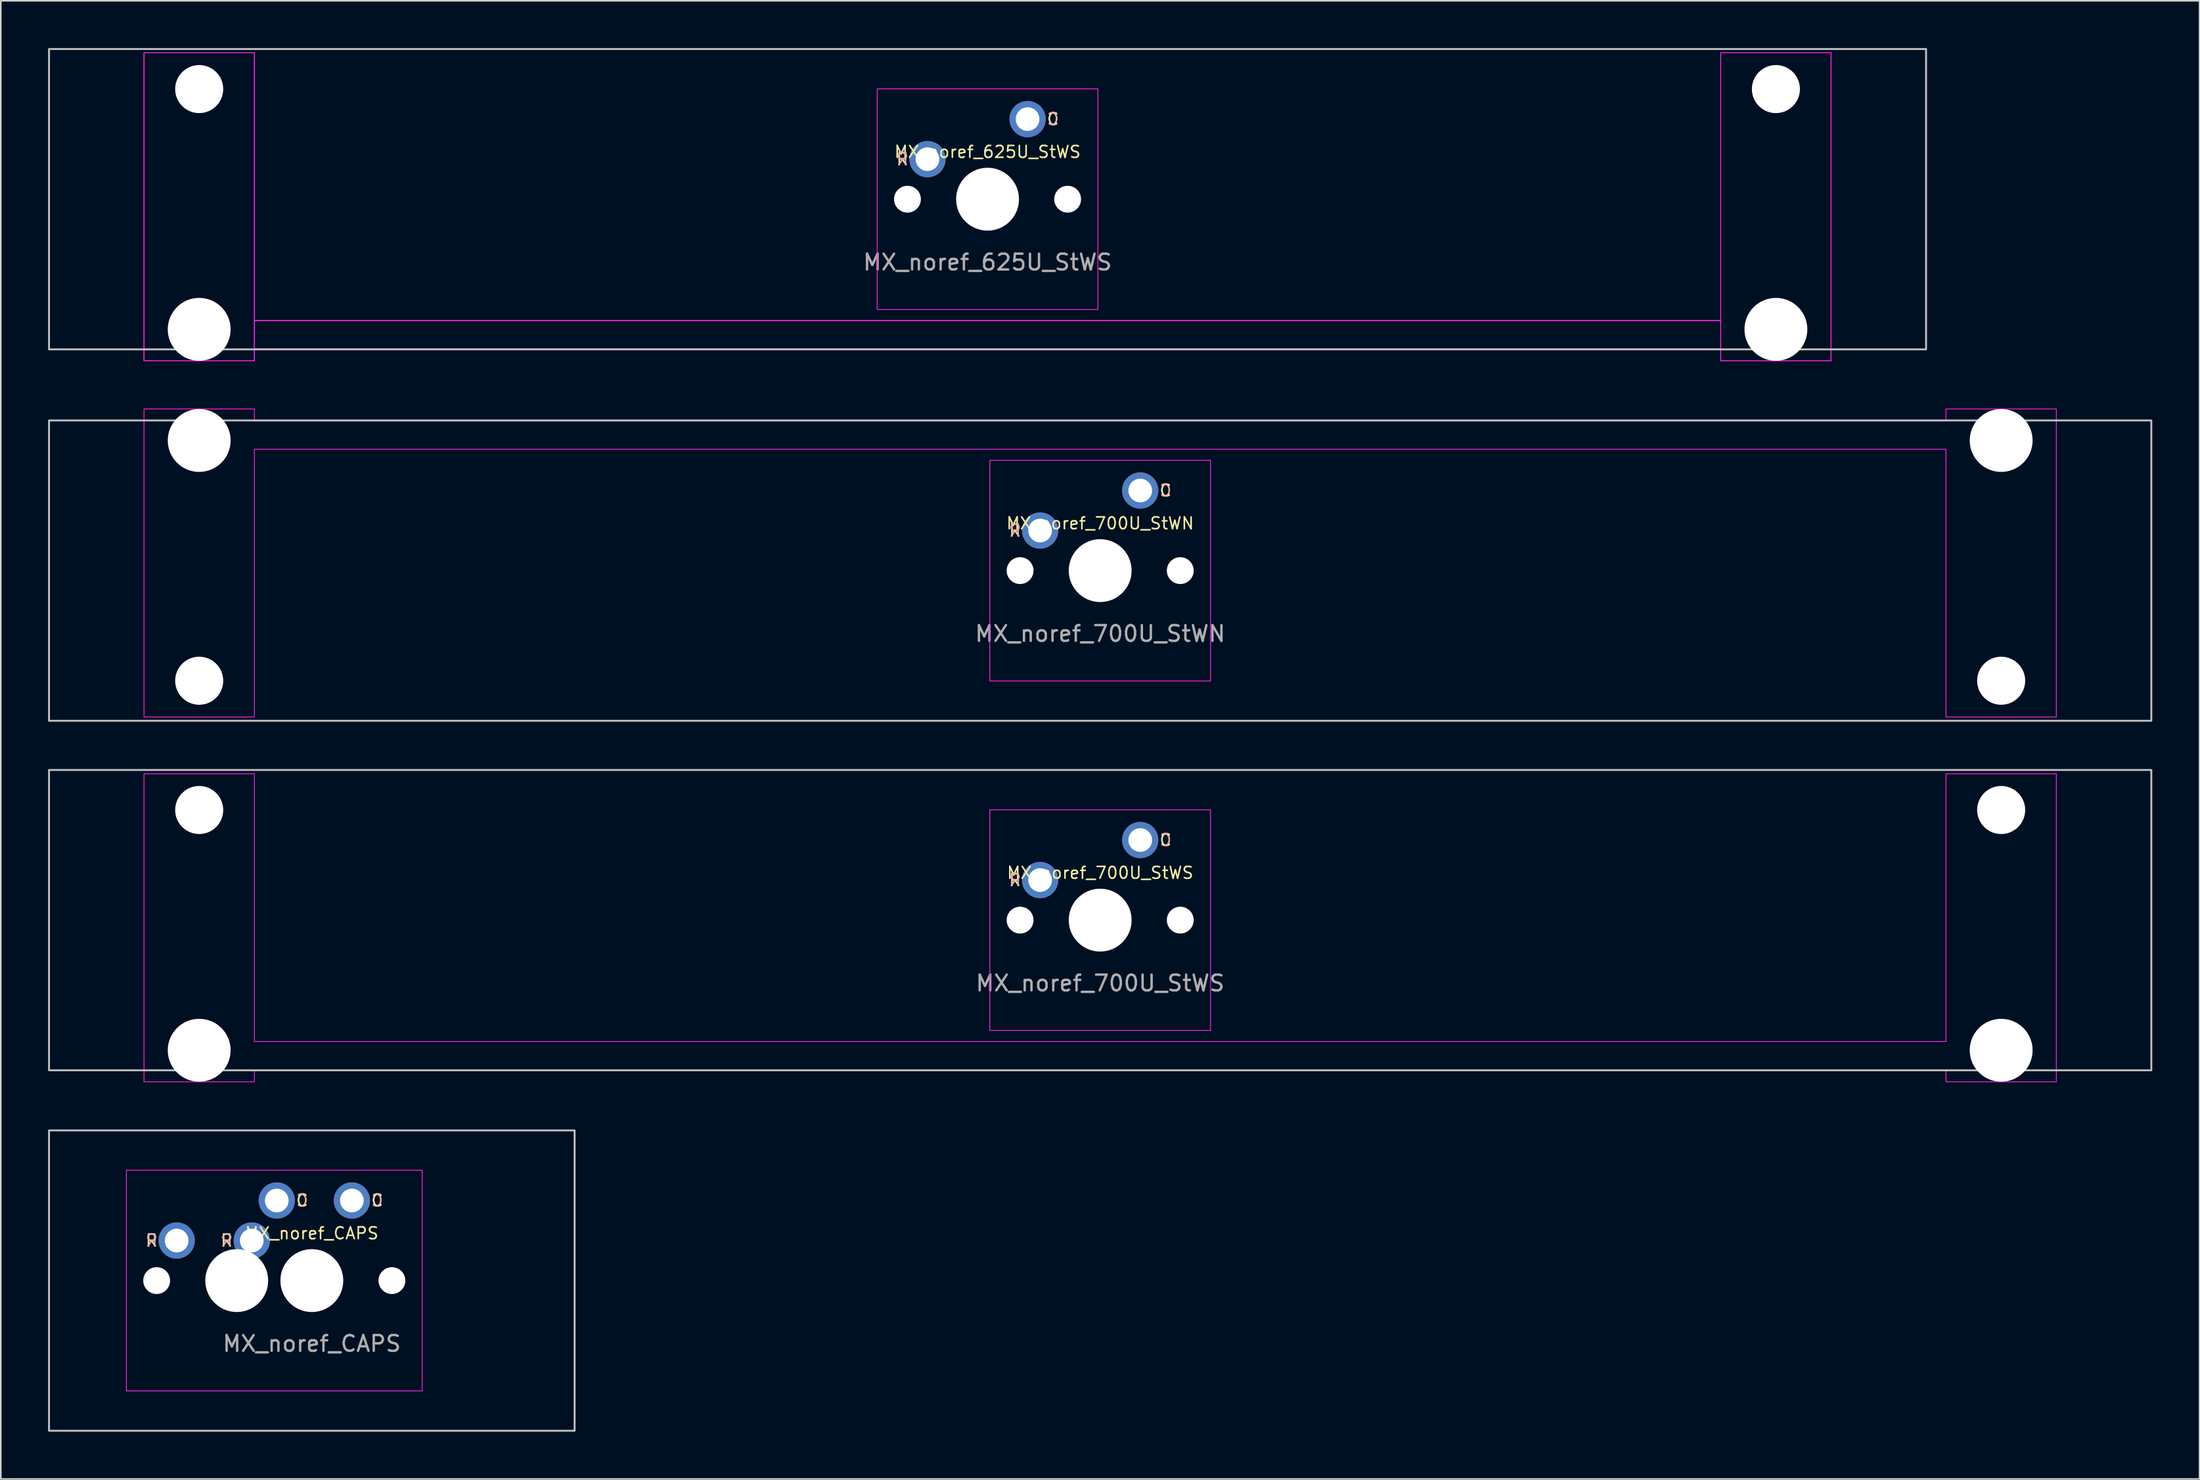
<source format=kicad_pcb>
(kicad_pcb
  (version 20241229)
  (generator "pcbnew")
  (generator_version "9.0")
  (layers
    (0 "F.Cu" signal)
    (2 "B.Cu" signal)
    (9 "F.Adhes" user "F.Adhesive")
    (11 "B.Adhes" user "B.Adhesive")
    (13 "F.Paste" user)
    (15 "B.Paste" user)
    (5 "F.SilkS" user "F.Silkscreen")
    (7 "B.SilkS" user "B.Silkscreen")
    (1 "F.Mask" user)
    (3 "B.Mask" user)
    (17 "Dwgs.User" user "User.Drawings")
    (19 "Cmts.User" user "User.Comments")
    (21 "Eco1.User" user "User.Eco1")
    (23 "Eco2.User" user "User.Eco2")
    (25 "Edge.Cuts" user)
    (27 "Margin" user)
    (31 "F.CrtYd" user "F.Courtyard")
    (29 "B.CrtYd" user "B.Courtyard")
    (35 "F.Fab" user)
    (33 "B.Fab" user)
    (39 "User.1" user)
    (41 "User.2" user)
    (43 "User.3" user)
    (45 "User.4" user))
  (footprint "MX_noref_CAPS"
    (layer "F.Cu")
    (at 16.729 78.18)
    (property "Reference" "MX_noref_CAPS" (at 0 -3 0) (unlocked yes) (layer "F.SilkS") (effects (font (size 0.75 0.75) (thickness 0.1))))
    (attr through_hole)
    (fp_rect (start -16.669 -9.525) (end 16.669 9.525) (stroke (width 0.12) (type solid)) (fill no) (layer "Dwgs.User"))
    (fp_rect (start -11.762 -7) (end 7 7) (stroke (width 0.05) (type solid)) (fill no) (layer "F.CrtYd"))
    (fp_text user "C" (at -0.613 -5.08 0) (unlocked yes) (layer "F.SilkS") (effects (font (size 0.75 0.75) (thickness 0.1))))
    (fp_text user "R" (at -10.162 -2.54 0) (unlocked yes) (layer "F.SilkS") (effects (font (size 0.75 0.75) (thickness 0.1))))
    (fp_text user "C" (at 4.15 -5.08 0) (unlocked yes) (layer "F.SilkS") (effects (font (size 0.75 0.75) (thickness 0.1))))
    (fp_text user "R" (at -5.4 -2.54 0) (unlocked yes) (layer "F.SilkS") (effects (font (size 0.75 0.75) (thickness 0.1))))
    (fp_text user "C" (at 4.15 -5.08 0) (unlocked yes) (layer "B.SilkS") (effects (font (size 0.75 0.75) (thickness 0.1)) (justify mirror)))
    (fp_text user "C" (at -0.613 -5.08 0) (unlocked yes) (layer "B.SilkS") (effects (font (size 0.75 0.75) (thickness 0.1)) (justify mirror)))
    (fp_text user "R" (at -10.162 -2.54 0) (unlocked yes) (layer "B.SilkS") (effects (font (size 0.75 0.75) (thickness 0.1)) (justify mirror)))
    (fp_text user "R" (at -5.4 -2.54 0) (unlocked yes) (layer "B.SilkS") (effects (font (size 0.75 0.75) (thickness 0.1)) (justify mirror)))
    (fp_text user "${REFERENCE}" (at 0 4 0) (unlocked yes) (layer "F.Fab") (effects (font (size 1 1) (thickness 0.15))))
    (pad "" np_thru_hole circle (at -9.842 0) (size 1.702 1.702) (drill 1.702) (layers "*.Cu" "*.Mask"))
    (pad "" np_thru_hole circle (at -5.08 0) (size 1.702 1.702) (drill 1.702) (layers "*.Cu" "*.Mask"))
    (pad "" np_thru_hole circle (at -4.763 0) (size 3.988 3.988) (drill 3.988) (layers "*.Cu" "*.Mask"))
    (pad "" np_thru_hole circle (at 0 0) (size 3.988 3.988) (drill 3.988) (layers "*.Cu" "*.Mask"))
    (pad "" np_thru_hole circle (at 0.318 0) (size 1.702 1.702) (drill 1.702) (layers "*.Cu" "*.Mask"))
    (pad "" np_thru_hole circle (at 5.08 0) (size 1.702 1.702) (drill 1.702) (layers "*.Cu" "*.Mask"))
    (pad "1" thru_hole circle (at -2.223 -5.08) (size 2.3 2.3) (drill 1.5) (layers "*.Cu" "*.Mask"))
    (pad "1" thru_hole circle (at 2.54 -5.08) (size 2.3 2.3) (drill 1.5) (layers "*.Cu" "*.Mask"))
    (pad "2" thru_hole circle (at -8.572 -2.54) (size 2.3 2.3) (drill 1.5) (layers "*.Cu" "*.Mask"))
    (pad "2" thru_hole circle (at -3.81 -2.54) (size 2.3 2.3) (drill 1.5) (layers "*.Cu" "*.Mask")))
  (footprint "MX_noref_625U_StWS"
    (layer "F.Cu")
    (at 59.591 9.585)
    (property "Reference" "MX_noref_625U_StWS" (at 0 -3 0) (unlocked yes) (layer "F.SilkS") (effects (font (size 0.75 0.75) (thickness 0.1))))
    (attr through_hole)
    (fp_rect (start -59.531 -9.525) (end 59.531 9.525) (stroke (width 0.12) (type solid)) (fill no) (layer "Dwgs.User"))
    (fp_rect (start -53.506 -9.285) (end -46.506 10.255) (stroke (width 0.05) (type solid)) (fill no) (layer "F.CrtYd"))
    (fp_rect (start -46.506 7.7) (end 46.506 9.5) (stroke (width 0.05) (type solid)) (fill no) (layer "F.CrtYd"))
    (fp_rect (start -7 -7) (end 7 7) (stroke (width 0.05) (type solid)) (fill no) (layer "F.CrtYd"))
    (fp_rect (start 46.506 -9.285) (end 53.506 10.255) (stroke (width 0.05) (type solid)) (fill no) (layer "F.CrtYd"))
    (fp_poly (pts (xy -46.506 7.7) (xy 46.506 7.7) (xy 46.506 -9.285) (xy 53.506 -9.285) (xy 53.506 10.255) (xy 46.506 10.255) (xy 46.506 9.5) (xy -46.506 9.5) (xy -46.506 10.255) (xy -53.506 10.255) (xy -53.506 -9.285) (xy -46.506 -9.285)) (stroke (width 0.05) (type solid)) (fill no) (layer "F.CrtYd"))
    (fp_text user "R" (at -5.4 -2.54 0) (unlocked yes) (layer "F.SilkS") (effects (font (size 0.75 0.75) (thickness 0.1))))
    (fp_text user "C" (at 4.15 -5.08 0) (unlocked yes) (layer "F.SilkS") (effects (font (size 0.75 0.75) (thickness 0.1))))
    (fp_text user "C" (at 4.15 -5.08 0) (unlocked yes) (layer "B.SilkS") (effects (font (size 0.75 0.75) (thickness 0.1)) (justify mirror)))
    (fp_text user "R" (at -5.4 -2.54 0) (unlocked yes) (layer "B.SilkS") (effects (font (size 0.75 0.75) (thickness 0.1)) (justify mirror)))
    (fp_text user "${REFERENCE}" (at 0 4 0) (unlocked yes) (layer "F.Fab") (effects (font (size 1 1) (thickness 0.15))))
    (pad "" np_thru_hole circle (at -50.006 -6.985) (size 3.048 3.048) (drill 3.048) (layers "*.Cu" "*.Mask"))
    (pad "" np_thru_hole circle (at -50.006 8.255) (size 3.988 3.988) (drill 3.988) (layers "*.Cu" "*.Mask"))
    (pad "" np_thru_hole circle (at -5.08 0) (size 1.702 1.702) (drill 1.702) (layers "*.Cu" "*.Mask"))
    (pad "" np_thru_hole circle (at 0 0) (size 3.988 3.988) (drill 3.988) (layers "*.Cu" "*.Mask"))
    (pad "" np_thru_hole circle (at 5.08 0) (size 1.702 1.702) (drill 1.702) (layers "*.Cu" "*.Mask"))
    (pad "" np_thru_hole circle (at 50.006 -6.985) (size 3.048 3.048) (drill 3.048) (layers "*.Cu" "*.Mask"))
    (pad "" np_thru_hole circle (at 50.006 8.255) (size 3.988 3.988) (drill 3.988) (layers "*.Cu" "*.Mask"))
    (pad "1" thru_hole circle (at 2.54 -5.08) (size 2.3 2.3) (drill 1.5) (layers "*.Cu" "*.Mask"))
    (pad "2" thru_hole circle (at -3.81 -2.54) (size 2.3 2.3) (drill 1.5) (layers "*.Cu" "*.Mask")))
  (footprint "MX_noref_700U_StWN"
    (layer "F.Cu")
    (at 66.735 33.145)
    (property "Reference" "MX_noref_700U_StWN" (at 0 -3 0) (unlocked yes) (layer "F.SilkS") (effects (font (size 0.75 0.75) (thickness 0.1))))
    (attr through_hole)
    (fp_rect (start -66.675 -9.525) (end 66.675 9.525) (stroke (width 0.12) (type solid)) (fill no) (layer "Dwgs.User"))
    (fp_rect (start -7 -7) (end 7 7) (stroke (width 0.05) (type solid)) (fill no) (layer "F.CrtYd"))
    (fp_poly (pts (xy 53.65 -7.7) (xy -53.65 -7.7) (xy -53.65 9.285) (xy -60.65 9.285) (xy -60.65 -10.255) (xy -53.65 -10.255) (xy -53.65 -9.5) (xy 53.65 -9.5) (xy 53.65 -10.255) (xy 60.65 -10.255) (xy 60.65 9.285) (xy 53.65 9.285)) (stroke (width 0.05) (type solid)) (fill no) (layer "F.CrtYd"))
    (fp_text user "R" (at -5.4 -2.54 0) (unlocked yes) (layer "F.SilkS") (effects (font (size 0.75 0.75) (thickness 0.1))))
    (fp_text user "C" (at 4.15 -5.08 0) (unlocked yes) (layer "F.SilkS") (effects (font (size 0.75 0.75) (thickness 0.1))))
    (fp_text user "R" (at -5.4 -2.54 0) (unlocked yes) (layer "B.SilkS") (effects (font (size 0.75 0.75) (thickness 0.1)) (justify mirror)))
    (fp_text user "C" (at 4.15 -5.08 0) (unlocked yes) (layer "B.SilkS") (effects (font (size 0.75 0.75) (thickness 0.1)) (justify mirror)))
    (fp_text user "${REFERENCE}" (at 0 4 0) (unlocked yes) (layer "F.Fab") (effects (font (size 1 1) (thickness 0.15))))
    (pad "" np_thru_hole circle (at -57.15 -8.255 180) (size 3.988 3.988) (drill 3.988) (layers "*.Cu" "*.Mask"))
    (pad "" np_thru_hole circle (at -57.15 6.985 180) (size 3.048 3.048) (drill 3.048) (layers "*.Cu" "*.Mask"))
    (pad "" np_thru_hole circle (at -5.08 0) (size 1.702 1.702) (drill 1.702) (layers "*.Cu" "*.Mask"))
    (pad "" np_thru_hole circle (at 0 0) (size 3.988 3.988) (drill 3.988) (layers "*.Cu" "*.Mask"))
    (pad "" np_thru_hole circle (at 5.08 0) (size 1.702 1.702) (drill 1.702) (layers "*.Cu" "*.Mask"))
    (pad "" np_thru_hole circle (at 57.15 -8.255 180) (size 3.988 3.988) (drill 3.988) (layers "*.Cu" "*.Mask"))
    (pad "" np_thru_hole circle (at 57.15 6.985 180) (size 3.048 3.048) (drill 3.048) (layers "*.Cu" "*.Mask"))
    (pad "1" thru_hole circle (at 2.54 -5.08) (size 2.3 2.3) (drill 1.5) (layers "*.Cu" "*.Mask"))
    (pad "2" thru_hole circle (at -3.81 -2.54) (size 2.3 2.3) (drill 1.5) (layers "*.Cu" "*.Mask")))
  (footprint "MX_noref_700U_StWS"
    (layer "F.Cu")
    (at 66.735 55.315)
    (property "Reference" "MX_noref_700U_StWS" (at 0 -3 0) (unlocked yes) (layer "F.SilkS") (effects (font (size 0.75 0.75) (thickness 0.1))))
    (attr through_hole)
    (fp_rect (start -66.675 -9.525) (end 66.675 9.525) (stroke (width 0.12) (type solid)) (fill no) (layer "Dwgs.User"))
    (fp_rect (start -7 -7) (end 7 7) (stroke (width 0.05) (type solid)) (fill no) (layer "F.CrtYd"))
    (fp_poly (pts (xy -53.65 7.7) (xy 53.65 7.7) (xy 53.65 -9.285) (xy 60.65 -9.285) (xy 60.65 10.255) (xy 53.65 10.255) (xy 53.65 9.5) (xy -53.65 9.5) (xy -53.65 10.255) (xy -60.65 10.255) (xy -60.65 -9.285) (xy -53.65 -9.285)) (stroke (width 0.05) (type solid)) (fill no) (layer "F.CrtYd"))
    (fp_text user "R" (at -5.4 -2.54 0) (unlocked yes) (layer "F.SilkS") (effects (font (size 0.75 0.75) (thickness 0.1))))
    (fp_text user "C" (at 4.15 -5.08 0) (unlocked yes) (layer "F.SilkS") (effects (font (size 0.75 0.75) (thickness 0.1))))
    (fp_text user "C" (at 4.15 -5.08 0) (unlocked yes) (layer "B.SilkS") (effects (font (size 0.75 0.75) (thickness 0.1)) (justify mirror)))
    (fp_text user "R" (at -5.4 -2.54 0) (unlocked yes) (layer "B.SilkS") (effects (font (size 0.75 0.75) (thickness 0.1)) (justify mirror)))
    (fp_text user "${REFERENCE}" (at 0 4 0) (unlocked yes) (layer "F.Fab") (effects (font (size 1 1) (thickness 0.15))))
    (pad "" np_thru_hole circle (at -57.15 -6.985) (size 3.048 3.048) (drill 3.048) (layers "*.Cu" "*.Mask"))
    (pad "" np_thru_hole circle (at -57.15 8.255) (size 3.988 3.988) (drill 3.988) (layers "*.Cu" "*.Mask"))
    (pad "" np_thru_hole circle (at -5.08 0) (size 1.702 1.702) (drill 1.702) (layers "*.Cu" "*.Mask"))
    (pad "" np_thru_hole circle (at 0 0) (size 3.988 3.988) (drill 3.988) (layers "*.Cu" "*.Mask"))
    (pad "" np_thru_hole circle (at 5.08 0) (size 1.702 1.702) (drill 1.702) (layers "*.Cu" "*.Mask"))
    (pad "" np_thru_hole circle (at 57.15 -6.985) (size 3.048 3.048) (drill 3.048) (layers "*.Cu" "*.Mask"))
    (pad "" np_thru_hole circle (at 57.15 8.255) (size 3.988 3.988) (drill 3.988) (layers "*.Cu" "*.Mask"))
    (pad "1" thru_hole circle (at 2.54 -5.08) (size 2.3 2.3) (drill 1.5) (layers "*.Cu" "*.Mask"))
    (pad "2" thru_hole circle (at -3.81 -2.54) (size 2.3 2.3) (drill 1.5) (layers "*.Cu" "*.Mask")))
  (gr_rect
    (start -3 -3)
    (end 136.47 90.765)
    (stroke (width 0.1) (type default))
    (fill no)
    (layer "Edge.Cuts")))
</source>
